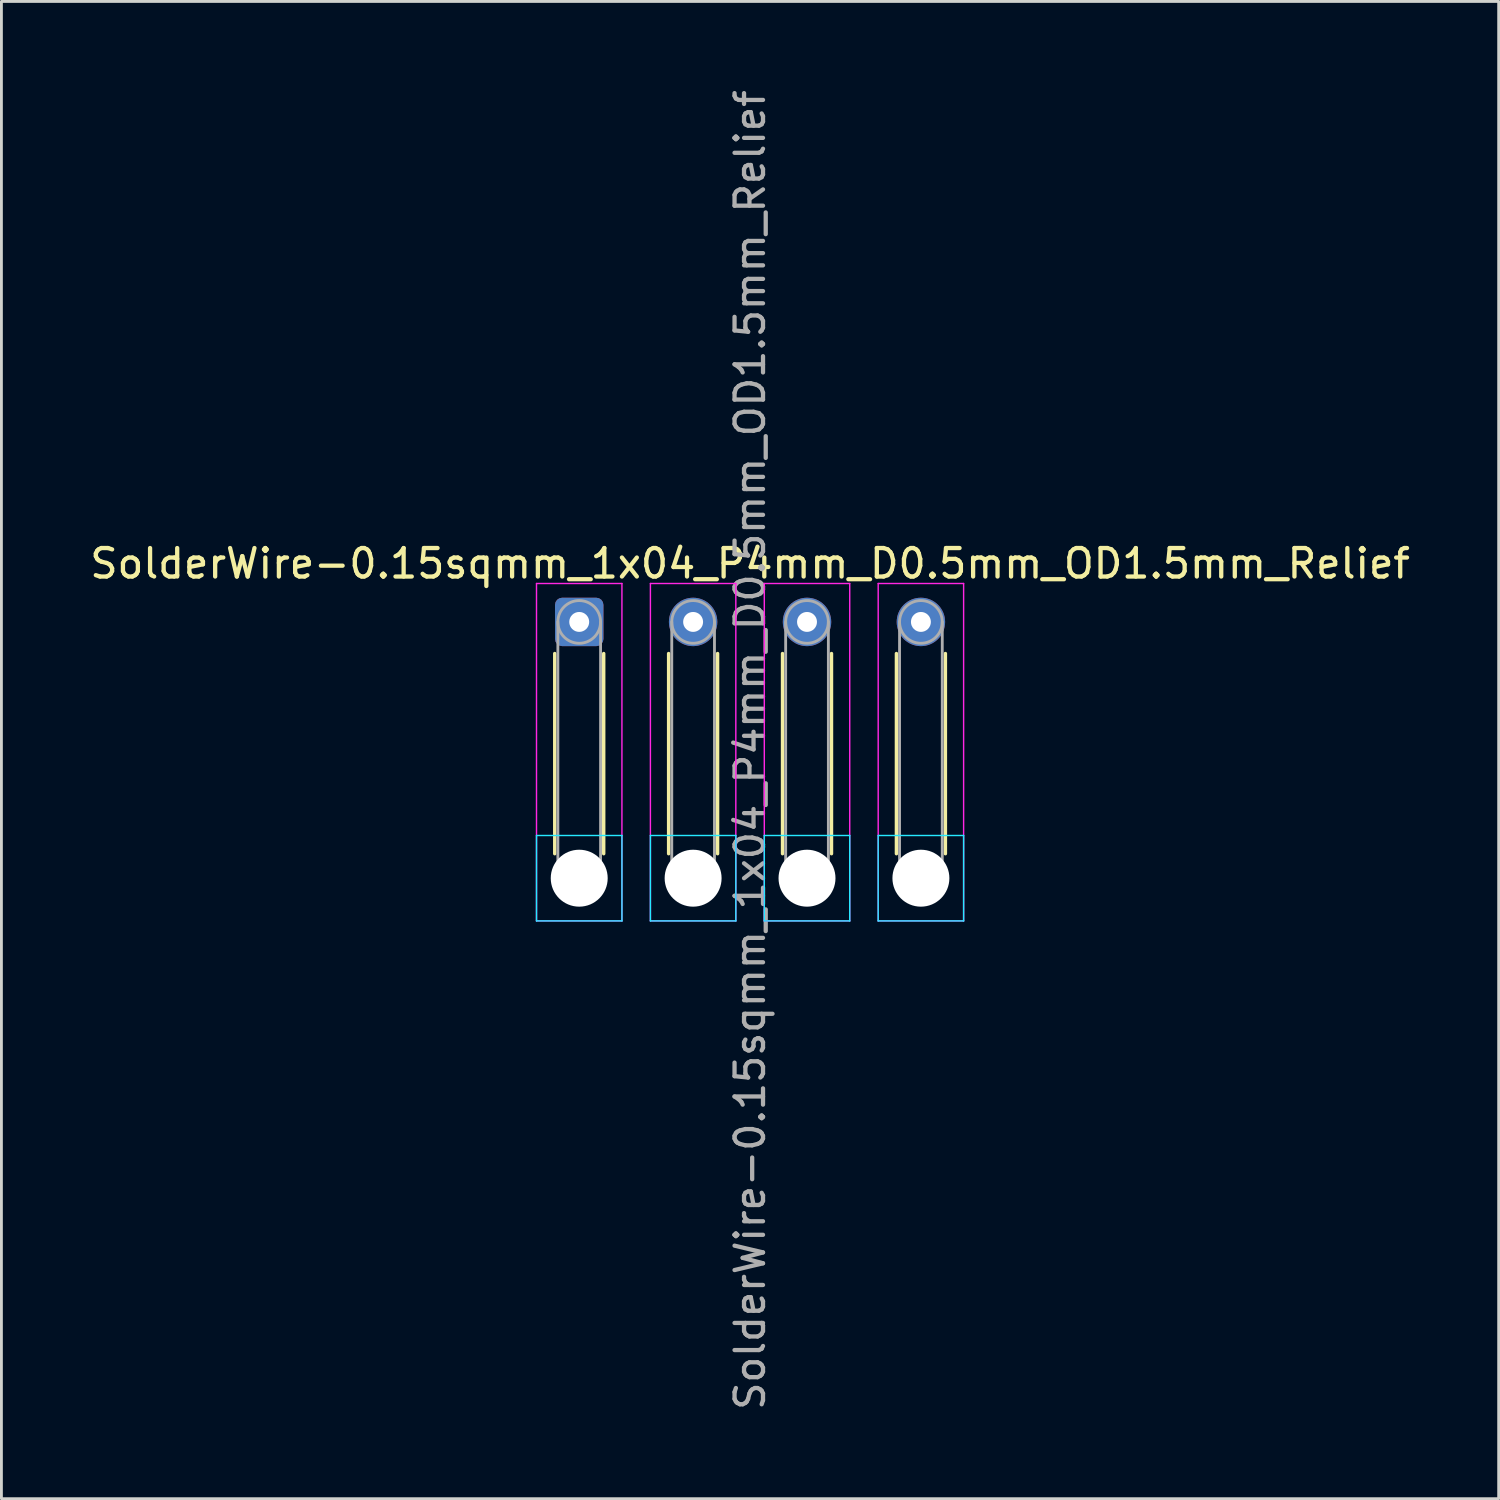
<source format=kicad_pcb>
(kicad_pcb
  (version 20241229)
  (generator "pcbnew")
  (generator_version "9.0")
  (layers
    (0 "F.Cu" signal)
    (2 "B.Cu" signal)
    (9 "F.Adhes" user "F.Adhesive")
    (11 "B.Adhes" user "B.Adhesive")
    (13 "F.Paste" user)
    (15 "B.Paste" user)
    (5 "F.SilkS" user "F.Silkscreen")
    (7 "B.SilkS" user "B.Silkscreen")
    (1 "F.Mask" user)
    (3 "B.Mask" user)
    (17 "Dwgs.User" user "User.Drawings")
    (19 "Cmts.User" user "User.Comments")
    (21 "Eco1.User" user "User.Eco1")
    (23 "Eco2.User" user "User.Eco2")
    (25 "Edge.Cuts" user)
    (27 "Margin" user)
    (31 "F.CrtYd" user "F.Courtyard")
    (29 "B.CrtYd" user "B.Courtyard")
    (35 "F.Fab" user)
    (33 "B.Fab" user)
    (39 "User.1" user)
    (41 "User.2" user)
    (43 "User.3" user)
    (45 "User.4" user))
  (footprint "SolderWire-0.15sqmm_1x04_P4mm_D0.5mm_OD1.5mm_Relief"
    (layer "F.Cu")
    (at 17.292 18.792)
    (property "Reference" "SolderWire-0.15sqmm_1x04_P4mm_D0.5mm_OD1.5mm_Relief" (at 6 -2.05 0) (layer "F.SilkS") (effects (font (size 1 1) (thickness 0.15))))
    (attr exclude_from_pos_files exclude_from_bom)
    (fp_line (start -0.86 1.11) (end -0.86 8.14) (stroke (width 0.12) (type solid)) (layer "F.SilkS"))
    (fp_line (start 0.86 1.11) (end 0.86 8.14) (stroke (width 0.12) (type solid)) (layer "F.SilkS"))
    (fp_line (start 3.14 1.11) (end 3.14 8.14) (stroke (width 0.12) (type solid)) (layer "F.SilkS"))
    (fp_line (start 4.86 1.11) (end 4.86 8.14) (stroke (width 0.12) (type solid)) (layer "F.SilkS"))
    (fp_line (start 7.14 1.11) (end 7.14 8.14) (stroke (width 0.12) (type solid)) (layer "F.SilkS"))
    (fp_line (start 8.86 1.11) (end 8.86 8.14) (stroke (width 0.12) (type solid)) (layer "F.SilkS"))
    (fp_line (start 11.14 1.11) (end 11.14 8.14) (stroke (width 0.12) (type solid)) (layer "F.SilkS"))
    (fp_line (start 12.86 1.11) (end 12.86 8.14) (stroke (width 0.12) (type solid)) (layer "F.SilkS"))
    (fp_line (start -1.5 7.5) (end -1.5 10.5) (stroke (width 0.05) (type solid)) (layer "B.CrtYd"))
    (fp_line (start -1.5 10.5) (end 1.5 10.5) (stroke (width 0.05) (type solid)) (layer "B.CrtYd"))
    (fp_line (start 1.5 7.5) (end -1.5 7.5) (stroke (width 0.05) (type solid)) (layer "B.CrtYd"))
    (fp_line (start 1.5 10.5) (end 1.5 7.5) (stroke (width 0.05) (type solid)) (layer "B.CrtYd"))
    (fp_line (start 2.5 7.5) (end 2.5 10.5) (stroke (width 0.05) (type solid)) (layer "B.CrtYd"))
    (fp_line (start 2.5 10.5) (end 5.5 10.5) (stroke (width 0.05) (type solid)) (layer "B.CrtYd"))
    (fp_line (start 5.5 7.5) (end 2.5 7.5) (stroke (width 0.05) (type solid)) (layer "B.CrtYd"))
    (fp_line (start 5.5 10.5) (end 5.5 7.5) (stroke (width 0.05) (type solid)) (layer "B.CrtYd"))
    (fp_line (start 6.5 7.5) (end 6.5 10.5) (stroke (width 0.05) (type solid)) (layer "B.CrtYd"))
    (fp_line (start 6.5 10.5) (end 9.5 10.5) (stroke (width 0.05) (type solid)) (layer "B.CrtYd"))
    (fp_line (start 9.5 7.5) (end 6.5 7.5) (stroke (width 0.05) (type solid)) (layer "B.CrtYd"))
    (fp_line (start 9.5 10.5) (end 9.5 7.5) (stroke (width 0.05) (type solid)) (layer "B.CrtYd"))
    (fp_line (start 10.5 7.5) (end 10.5 10.5) (stroke (width 0.05) (type solid)) (layer "B.CrtYd"))
    (fp_line (start 10.5 10.5) (end 13.5 10.5) (stroke (width 0.05) (type solid)) (layer "B.CrtYd"))
    (fp_line (start 13.5 7.5) (end 10.5 7.5) (stroke (width 0.05) (type solid)) (layer "B.CrtYd"))
    (fp_line (start 13.5 10.5) (end 13.5 7.5) (stroke (width 0.05) (type solid)) (layer "B.CrtYd"))
    (fp_line (start -1.5 -1.35) (end -1.5 10.5) (stroke (width 0.05) (type solid)) (layer "F.CrtYd"))
    (fp_line (start -1.5 10.5) (end 1.5 10.5) (stroke (width 0.05) (type solid)) (layer "F.CrtYd"))
    (fp_line (start 1.5 -1.35) (end -1.5 -1.35) (stroke (width 0.05) (type solid)) (layer "F.CrtYd"))
    (fp_line (start 1.5 10.5) (end 1.5 -1.35) (stroke (width 0.05) (type solid)) (layer "F.CrtYd"))
    (fp_line (start 2.5 -1.35) (end 2.5 10.5) (stroke (width 0.05) (type solid)) (layer "F.CrtYd"))
    (fp_line (start 2.5 10.5) (end 5.5 10.5) (stroke (width 0.05) (type solid)) (layer "F.CrtYd"))
    (fp_line (start 5.5 -1.35) (end 2.5 -1.35) (stroke (width 0.05) (type solid)) (layer "F.CrtYd"))
    (fp_line (start 5.5 10.5) (end 5.5 -1.35) (stroke (width 0.05) (type solid)) (layer "F.CrtYd"))
    (fp_line (start 6.5 -1.35) (end 6.5 10.5) (stroke (width 0.05) (type solid)) (layer "F.CrtYd"))
    (fp_line (start 6.5 10.5) (end 9.5 10.5) (stroke (width 0.05) (type solid)) (layer "F.CrtYd"))
    (fp_line (start 9.5 -1.35) (end 6.5 -1.35) (stroke (width 0.05) (type solid)) (layer "F.CrtYd"))
    (fp_line (start 9.5 10.5) (end 9.5 -1.35) (stroke (width 0.05) (type solid)) (layer "F.CrtYd"))
    (fp_line (start 10.5 -1.35) (end 10.5 10.5) (stroke (width 0.05) (type solid)) (layer "F.CrtYd"))
    (fp_line (start 10.5 10.5) (end 13.5 10.5) (stroke (width 0.05) (type solid)) (layer "F.CrtYd"))
    (fp_line (start 13.5 -1.35) (end 10.5 -1.35) (stroke (width 0.05) (type solid)) (layer "F.CrtYd"))
    (fp_line (start 13.5 10.5) (end 13.5 -1.35) (stroke (width 0.05) (type solid)) (layer "F.CrtYd"))
    (fp_line (start -0.75 0) (end -0.75 9) (stroke (width 0.1) (type solid)) (layer "F.Fab"))
    (fp_line (start 0.75 0) (end 0.75 9) (stroke (width 0.1) (type solid)) (layer "F.Fab"))
    (fp_line (start 3.25 0) (end 3.25 9) (stroke (width 0.1) (type solid)) (layer "F.Fab"))
    (fp_line (start 4.75 0) (end 4.75 9) (stroke (width 0.1) (type solid)) (layer "F.Fab"))
    (fp_line (start 7.25 0) (end 7.25 9) (stroke (width 0.1) (type solid)) (layer "F.Fab"))
    (fp_line (start 8.75 0) (end 8.75 9) (stroke (width 0.1) (type solid)) (layer "F.Fab"))
    (fp_line (start 11.25 0) (end 11.25 9) (stroke (width 0.1) (type solid)) (layer "F.Fab"))
    (fp_line (start 12.75 0) (end 12.75 9) (stroke (width 0.1) (type solid)) (layer "F.Fab"))
    (fp_circle (center 0 0) (end 0.75 0) (stroke (width 0.1) (type solid)) (fill no) (layer "F.Fab"))
    (fp_circle (center 0 9) (end 0.75 9) (stroke (width 0.1) (type solid)) (fill no) (layer "F.Fab"))
    (fp_circle (center 4 0) (end 4.75 0) (stroke (width 0.1) (type solid)) (fill no) (layer "F.Fab"))
    (fp_circle (center 4 9) (end 4.75 9) (stroke (width 0.1) (type solid)) (fill no) (layer "F.Fab"))
    (fp_circle (center 8 0) (end 8.75 0) (stroke (width 0.1) (type solid)) (fill no) (layer "F.Fab"))
    (fp_circle (center 8 9) (end 8.75 9) (stroke (width 0.1) (type solid)) (fill no) (layer "F.Fab"))
    (fp_circle (center 12 0) (end 12.75 0) (stroke (width 0.1) (type solid)) (fill no) (layer "F.Fab"))
    (fp_circle (center 12 9) (end 12.75 9) (stroke (width 0.1) (type solid)) (fill no) (layer "F.Fab"))
    (fp_text user "${REFERENCE}" (at 6 4.5 90) (layer "F.Fab") (effects (font (size 1 1) (thickness 0.15))))
    (pad "" np_thru_hole circle (at 0 9) (size 2 2) (drill 2) (layers "*.Cu" "*.Mask"))
    (pad "" np_thru_hole circle (at 4 9) (size 2 2) (drill 2) (layers "*.Cu" "*.Mask"))
    (pad "" np_thru_hole circle (at 8 9) (size 2 2) (drill 2) (layers "*.Cu" "*.Mask"))
    (pad "" np_thru_hole circle (at 12 9) (size 2 2) (drill 2) (layers "*.Cu" "*.Mask"))
    (pad "1" thru_hole roundrect (at 0 0) (size 1.7 1.7) (drill 0.7) (layers "*.Cu" "*.Mask") (roundrect_rratio 0.147))
    (pad "2" thru_hole circle (at 4 0) (size 1.7 1.7) (drill 0.7) (layers "*.Cu" "*.Mask"))
    (pad "3" thru_hole circle (at 8 0) (size 1.7 1.7) (drill 0.7) (layers "*.Cu" "*.Mask"))
    (pad "4" thru_hole circle (at 12 0) (size 1.7 1.7) (drill 0.7) (layers "*.Cu" "*.Mask")))
  (gr_rect
    (start -3 -3)
    (end 49.583 49.583)
    (stroke (width 0.1) (type default))
    (fill no)
    (layer "Edge.Cuts")))
</source>
